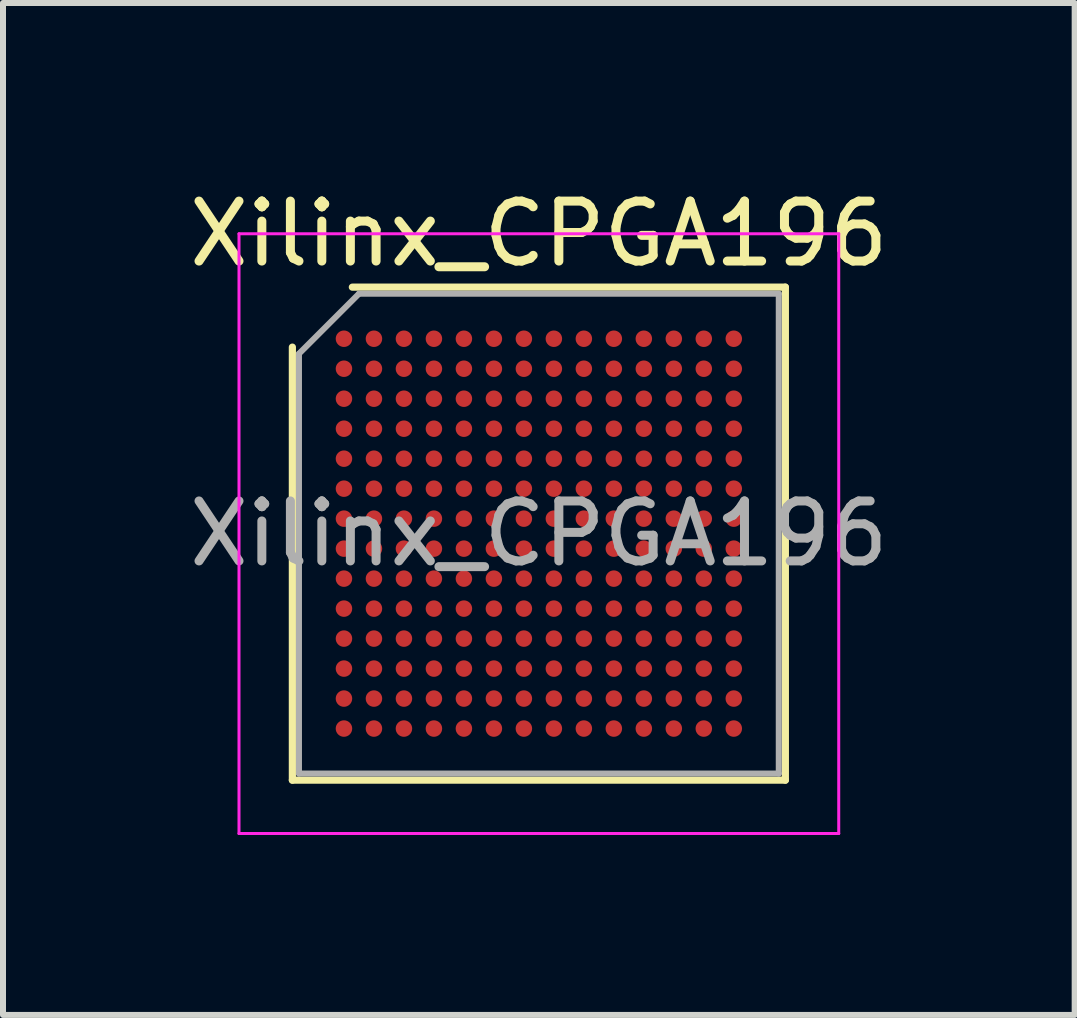
<source format=kicad_pcb>
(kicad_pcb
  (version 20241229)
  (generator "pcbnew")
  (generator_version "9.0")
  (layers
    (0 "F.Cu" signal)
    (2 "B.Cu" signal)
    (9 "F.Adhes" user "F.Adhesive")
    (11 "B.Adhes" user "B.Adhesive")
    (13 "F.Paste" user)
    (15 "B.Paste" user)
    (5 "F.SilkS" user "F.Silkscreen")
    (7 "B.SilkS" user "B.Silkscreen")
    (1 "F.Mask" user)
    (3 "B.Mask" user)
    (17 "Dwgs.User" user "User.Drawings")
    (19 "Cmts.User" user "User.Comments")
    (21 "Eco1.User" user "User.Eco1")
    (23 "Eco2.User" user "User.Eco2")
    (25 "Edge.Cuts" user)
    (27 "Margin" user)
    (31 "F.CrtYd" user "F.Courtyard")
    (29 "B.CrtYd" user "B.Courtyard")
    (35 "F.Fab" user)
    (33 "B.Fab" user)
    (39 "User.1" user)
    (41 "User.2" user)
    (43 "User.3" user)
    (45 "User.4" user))
  (footprint "Xilinx_CPGA196"
    (layer "F.Cu")
    (at 5.935 5.848)
    (property "Reference" "Xilinx_CPGA196" (at 0 -5 0) (layer "F.SilkS") (effects (font (size 1 1) (thickness 0.15))))
    (attr smd)
    (fp_line (start -4.11 4.11) (end -4.11 -3.11) (stroke (width 0.12) (type solid)) (layer "F.SilkS"))
    (fp_line (start -3.11 -4.11) (end 4.11 -4.11) (stroke (width 0.12) (type solid)) (layer "F.SilkS"))
    (fp_line (start 4.11 -4.11) (end 4.11 4.11) (stroke (width 0.12) (type solid)) (layer "F.SilkS"))
    (fp_line (start 4.11 4.11) (end -4.11 4.11) (stroke (width 0.12) (type solid)) (layer "F.SilkS"))
    (fp_line (start -5 -5) (end -5 5) (stroke (width 0.05) (type solid)) (layer "F.CrtYd"))
    (fp_line (start -5 5) (end 5 5) (stroke (width 0.05) (type solid)) (layer "F.CrtYd"))
    (fp_line (start 5 -5) (end -5 -5) (stroke (width 0.05) (type solid)) (layer "F.CrtYd"))
    (fp_line (start 5 5) (end 5 -5) (stroke (width 0.05) (type solid)) (layer "F.CrtYd"))
    (fp_line (start -4 -3) (end -3 -4) (stroke (width 0.1) (type solid)) (layer "F.Fab"))
    (fp_line (start -4 4) (end -4 -3) (stroke (width 0.1) (type solid)) (layer "F.Fab"))
    (fp_line (start -3 -4) (end 4 -4) (stroke (width 0.1) (type solid)) (layer "F.Fab"))
    (fp_line (start 4 -4) (end 4 4) (stroke (width 0.1) (type solid)) (layer "F.Fab"))
    (fp_line (start 4 4) (end -4 4) (stroke (width 0.1) (type solid)) (layer "F.Fab"))
    (fp_text user "${REFERENCE}" (at 0 0 0) (layer "F.Fab") (effects (font (size 1 1) (thickness 0.15))))
    (pad "A1" smd circle (at -3.25 -3.25) (size 0.275 0.275) (layers "F.Cu" "F.Mask" "F.Paste"))
    (pad "A2" smd circle (at -2.75 -3.25) (size 0.275 0.275) (layers "F.Cu" "F.Mask" "F.Paste"))
    (pad "A3" smd circle (at -2.25 -3.25) (size 0.275 0.275) (layers "F.Cu" "F.Mask" "F.Paste"))
    (pad "A4" smd circle (at -1.75 -3.25) (size 0.275 0.275) (layers "F.Cu" "F.Mask" "F.Paste"))
    (pad "A5" smd circle (at -1.25 -3.25) (size 0.275 0.275) (layers "F.Cu" "F.Mask" "F.Paste"))
    (pad "A6" smd circle (at -0.75 -3.25) (size 0.275 0.275) (layers "F.Cu" "F.Mask" "F.Paste"))
    (pad "A7" smd circle (at -0.25 -3.25) (size 0.275 0.275) (layers "F.Cu" "F.Mask" "F.Paste"))
    (pad "A8" smd circle (at 0.25 -3.25) (size 0.275 0.275) (layers "F.Cu" "F.Mask" "F.Paste"))
    (pad "A9" smd circle (at 0.75 -3.25) (size 0.275 0.275) (layers "F.Cu" "F.Mask" "F.Paste"))
    (pad "A10" smd circle (at 1.25 -3.25) (size 0.275 0.275) (layers "F.Cu" "F.Mask" "F.Paste"))
    (pad "A11" smd circle (at 1.75 -3.25) (size 0.275 0.275) (layers "F.Cu" "F.Mask" "F.Paste"))
    (pad "A12" smd circle (at 2.25 -3.25) (size 0.275 0.275) (layers "F.Cu" "F.Mask" "F.Paste"))
    (pad "A13" smd circle (at 2.75 -3.25) (size 0.275 0.275) (layers "F.Cu" "F.Mask" "F.Paste"))
    (pad "A14" smd circle (at 3.25 -3.25) (size 0.275 0.275) (layers "F.Cu" "F.Mask" "F.Paste"))
    (pad "B1" smd circle (at -3.25 -2.75) (size 0.275 0.275) (layers "F.Cu" "F.Mask" "F.Paste"))
    (pad "B2" smd circle (at -2.75 -2.75) (size 0.275 0.275) (layers "F.Cu" "F.Mask" "F.Paste"))
    (pad "B3" smd circle (at -2.25 -2.75) (size 0.275 0.275) (layers "F.Cu" "F.Mask" "F.Paste"))
    (pad "B4" smd circle (at -1.75 -2.75) (size 0.275 0.275) (layers "F.Cu" "F.Mask" "F.Paste"))
    (pad "B5" smd circle (at -1.25 -2.75) (size 0.275 0.275) (layers "F.Cu" "F.Mask" "F.Paste"))
    (pad "B6" smd circle (at -0.75 -2.75) (size 0.275 0.275) (layers "F.Cu" "F.Mask" "F.Paste"))
    (pad "B7" smd circle (at -0.25 -2.75) (size 0.275 0.275) (layers "F.Cu" "F.Mask" "F.Paste"))
    (pad "B8" smd circle (at 0.25 -2.75) (size 0.275 0.275) (layers "F.Cu" "F.Mask" "F.Paste"))
    (pad "B9" smd circle (at 0.75 -2.75) (size 0.275 0.275) (layers "F.Cu" "F.Mask" "F.Paste"))
    (pad "B10" smd circle (at 1.25 -2.75) (size 0.275 0.275) (layers "F.Cu" "F.Mask" "F.Paste"))
    (pad "B11" smd circle (at 1.75 -2.75) (size 0.275 0.275) (layers "F.Cu" "F.Mask" "F.Paste"))
    (pad "B12" smd circle (at 2.25 -2.75) (size 0.275 0.275) (layers "F.Cu" "F.Mask" "F.Paste"))
    (pad "B13" smd circle (at 2.75 -2.75) (size 0.275 0.275) (layers "F.Cu" "F.Mask" "F.Paste"))
    (pad "B14" smd circle (at 3.25 -2.75) (size 0.275 0.275) (layers "F.Cu" "F.Mask" "F.Paste"))
    (pad "C1" smd circle (at -3.25 -2.25) (size 0.275 0.275) (layers "F.Cu" "F.Mask" "F.Paste"))
    (pad "C2" smd circle (at -2.75 -2.25) (size 0.275 0.275) (layers "F.Cu" "F.Mask" "F.Paste"))
    (pad "C3" smd circle (at -2.25 -2.25) (size 0.275 0.275) (layers "F.Cu" "F.Mask" "F.Paste"))
    (pad "C4" smd circle (at -1.75 -2.25) (size 0.275 0.275) (layers "F.Cu" "F.Mask" "F.Paste"))
    (pad "C5" smd circle (at -1.25 -2.25) (size 0.275 0.275) (layers "F.Cu" "F.Mask" "F.Paste"))
    (pad "C6" smd circle (at -0.75 -2.25) (size 0.275 0.275) (layers "F.Cu" "F.Mask" "F.Paste"))
    (pad "C7" smd circle (at -0.25 -2.25) (size 0.275 0.275) (layers "F.Cu" "F.Mask" "F.Paste"))
    (pad "C8" smd circle (at 0.25 -2.25) (size 0.275 0.275) (layers "F.Cu" "F.Mask" "F.Paste"))
    (pad "C9" smd circle (at 0.75 -2.25) (size 0.275 0.275) (layers "F.Cu" "F.Mask" "F.Paste"))
    (pad "C10" smd circle (at 1.25 -2.25) (size 0.275 0.275) (layers "F.Cu" "F.Mask" "F.Paste"))
    (pad "C11" smd circle (at 1.75 -2.25) (size 0.275 0.275) (layers "F.Cu" "F.Mask" "F.Paste"))
    (pad "C12" smd circle (at 2.25 -2.25) (size 0.275 0.275) (layers "F.Cu" "F.Mask" "F.Paste"))
    (pad "C13" smd circle (at 2.75 -2.25) (size 0.275 0.275) (layers "F.Cu" "F.Mask" "F.Paste"))
    (pad "C14" smd circle (at 3.25 -2.25) (size 0.275 0.275) (layers "F.Cu" "F.Mask" "F.Paste"))
    (pad "D1" smd circle (at -3.25 -1.75) (size 0.275 0.275) (layers "F.Cu" "F.Mask" "F.Paste"))
    (pad "D2" smd circle (at -2.75 -1.75) (size 0.275 0.275) (layers "F.Cu" "F.Mask" "F.Paste"))
    (pad "D3" smd circle (at -2.25 -1.75) (size 0.275 0.275) (layers "F.Cu" "F.Mask" "F.Paste"))
    (pad "D4" smd circle (at -1.75 -1.75) (size 0.275 0.275) (layers "F.Cu" "F.Mask" "F.Paste"))
    (pad "D5" smd circle (at -1.25 -1.75) (size 0.275 0.275) (layers "F.Cu" "F.Mask" "F.Paste"))
    (pad "D6" smd circle (at -0.75 -1.75) (size 0.275 0.275) (layers "F.Cu" "F.Mask" "F.Paste"))
    (pad "D7" smd circle (at -0.25 -1.75) (size 0.275 0.275) (layers "F.Cu" "F.Mask" "F.Paste"))
    (pad "D8" smd circle (at 0.25 -1.75) (size 0.275 0.275) (layers "F.Cu" "F.Mask" "F.Paste"))
    (pad "D9" smd circle (at 0.75 -1.75) (size 0.275 0.275) (layers "F.Cu" "F.Mask" "F.Paste"))
    (pad "D10" smd circle (at 1.25 -1.75) (size 0.275 0.275) (layers "F.Cu" "F.Mask" "F.Paste"))
    (pad "D11" smd circle (at 1.75 -1.75) (size 0.275 0.275) (layers "F.Cu" "F.Mask" "F.Paste"))
    (pad "D12" smd circle (at 2.25 -1.75) (size 0.275 0.275) (layers "F.Cu" "F.Mask" "F.Paste"))
    (pad "D13" smd circle (at 2.75 -1.75) (size 0.275 0.275) (layers "F.Cu" "F.Mask" "F.Paste"))
    (pad "D14" smd circle (at 3.25 -1.75) (size 0.275 0.275) (layers "F.Cu" "F.Mask" "F.Paste"))
    (pad "E1" smd circle (at -3.25 -1.25) (size 0.275 0.275) (layers "F.Cu" "F.Mask" "F.Paste"))
    (pad "E2" smd circle (at -2.75 -1.25) (size 0.275 0.275) (layers "F.Cu" "F.Mask" "F.Paste"))
    (pad "E3" smd circle (at -2.25 -1.25) (size 0.275 0.275) (layers "F.Cu" "F.Mask" "F.Paste"))
    (pad "E4" smd circle (at -1.75 -1.25) (size 0.275 0.275) (layers "F.Cu" "F.Mask" "F.Paste"))
    (pad "E5" smd circle (at -1.25 -1.25) (size 0.275 0.275) (layers "F.Cu" "F.Mask" "F.Paste"))
    (pad "E6" smd circle (at -0.75 -1.25) (size 0.275 0.275) (layers "F.Cu" "F.Mask" "F.Paste"))
    (pad "E7" smd circle (at -0.25 -1.25) (size 0.275 0.275) (layers "F.Cu" "F.Mask" "F.Paste"))
    (pad "E8" smd circle (at 0.25 -1.25) (size 0.275 0.275) (layers "F.Cu" "F.Mask" "F.Paste"))
    (pad "E9" smd circle (at 0.75 -1.25) (size 0.275 0.275) (layers "F.Cu" "F.Mask" "F.Paste"))
    (pad "E10" smd circle (at 1.25 -1.25) (size 0.275 0.275) (layers "F.Cu" "F.Mask" "F.Paste"))
    (pad "E11" smd circle (at 1.75 -1.25) (size 0.275 0.275) (layers "F.Cu" "F.Mask" "F.Paste"))
    (pad "E12" smd circle (at 2.25 -1.25) (size 0.275 0.275) (layers "F.Cu" "F.Mask" "F.Paste"))
    (pad "E13" smd circle (at 2.75 -1.25) (size 0.275 0.275) (layers "F.Cu" "F.Mask" "F.Paste"))
    (pad "E14" smd circle (at 3.25 -1.25) (size 0.275 0.275) (layers "F.Cu" "F.Mask" "F.Paste"))
    (pad "F1" smd circle (at -3.25 -0.75) (size 0.275 0.275) (layers "F.Cu" "F.Mask" "F.Paste"))
    (pad "F2" smd circle (at -2.75 -0.75) (size 0.275 0.275) (layers "F.Cu" "F.Mask" "F.Paste"))
    (pad "F3" smd circle (at -2.25 -0.75) (size 0.275 0.275) (layers "F.Cu" "F.Mask" "F.Paste"))
    (pad "F4" smd circle (at -1.75 -0.75) (size 0.275 0.275) (layers "F.Cu" "F.Mask" "F.Paste"))
    (pad "F5" smd circle (at -1.25 -0.75) (size 0.275 0.275) (layers "F.Cu" "F.Mask" "F.Paste"))
    (pad "F6" smd circle (at -0.75 -0.75) (size 0.275 0.275) (layers "F.Cu" "F.Mask" "F.Paste"))
    (pad "F7" smd circle (at -0.25 -0.75) (size 0.275 0.275) (layers "F.Cu" "F.Mask" "F.Paste"))
    (pad "F8" smd circle (at 0.25 -0.75) (size 0.275 0.275) (layers "F.Cu" "F.Mask" "F.Paste"))
    (pad "F9" smd circle (at 0.75 -0.75) (size 0.275 0.275) (layers "F.Cu" "F.Mask" "F.Paste"))
    (pad "F10" smd circle (at 1.25 -0.75) (size 0.275 0.275) (layers "F.Cu" "F.Mask" "F.Paste"))
    (pad "F11" smd circle (at 1.75 -0.75) (size 0.275 0.275) (layers "F.Cu" "F.Mask" "F.Paste"))
    (pad "F12" smd circle (at 2.25 -0.75) (size 0.275 0.275) (layers "F.Cu" "F.Mask" "F.Paste"))
    (pad "F13" smd circle (at 2.75 -0.75) (size 0.275 0.275) (layers "F.Cu" "F.Mask" "F.Paste"))
    (pad "F14" smd circle (at 3.25 -0.75) (size 0.275 0.275) (layers "F.Cu" "F.Mask" "F.Paste"))
    (pad "G1" smd circle (at -3.25 -0.25) (size 0.275 0.275) (layers "F.Cu" "F.Mask" "F.Paste"))
    (pad "G2" smd circle (at -2.75 -0.25) (size 0.275 0.275) (layers "F.Cu" "F.Mask" "F.Paste"))
    (pad "G3" smd circle (at -2.25 -0.25) (size 0.275 0.275) (layers "F.Cu" "F.Mask" "F.Paste"))
    (pad "G4" smd circle (at -1.75 -0.25) (size 0.275 0.275) (layers "F.Cu" "F.Mask" "F.Paste"))
    (pad "G5" smd circle (at -1.25 -0.25) (size 0.275 0.275) (layers "F.Cu" "F.Mask" "F.Paste"))
    (pad "G6" smd circle (at -0.75 -0.25) (size 0.275 0.275) (layers "F.Cu" "F.Mask" "F.Paste"))
    (pad "G7" smd circle (at -0.25 -0.25) (size 0.275 0.275) (layers "F.Cu" "F.Mask" "F.Paste"))
    (pad "G8" smd circle (at 0.25 -0.25) (size 0.275 0.275) (layers "F.Cu" "F.Mask" "F.Paste"))
    (pad "G9" smd circle (at 0.75 -0.25) (size 0.275 0.275) (layers "F.Cu" "F.Mask" "F.Paste"))
    (pad "G10" smd circle (at 1.25 -0.25) (size 0.275 0.275) (layers "F.Cu" "F.Mask" "F.Paste"))
    (pad "G11" smd circle (at 1.75 -0.25) (size 0.275 0.275) (layers "F.Cu" "F.Mask" "F.Paste"))
    (pad "G12" smd circle (at 2.25 -0.25) (size 0.275 0.275) (layers "F.Cu" "F.Mask" "F.Paste"))
    (pad "G13" smd circle (at 2.75 -0.25) (size 0.275 0.275) (layers "F.Cu" "F.Mask" "F.Paste"))
    (pad "G14" smd circle (at 3.25 -0.25) (size 0.275 0.275) (layers "F.Cu" "F.Mask" "F.Paste"))
    (pad "H1" smd circle (at -3.25 0.25) (size 0.275 0.275) (layers "F.Cu" "F.Mask" "F.Paste"))
    (pad "H2" smd circle (at -2.75 0.25) (size 0.275 0.275) (layers "F.Cu" "F.Mask" "F.Paste"))
    (pad "H3" smd circle (at -2.25 0.25) (size 0.275 0.275) (layers "F.Cu" "F.Mask" "F.Paste"))
    (pad "H4" smd circle (at -1.75 0.25) (size 0.275 0.275) (layers "F.Cu" "F.Mask" "F.Paste"))
    (pad "H5" smd circle (at -1.25 0.25) (size 0.275 0.275) (layers "F.Cu" "F.Mask" "F.Paste"))
    (pad "H6" smd circle (at -0.75 0.25) (size 0.275 0.275) (layers "F.Cu" "F.Mask" "F.Paste"))
    (pad "H7" smd circle (at -0.25 0.25) (size 0.275 0.275) (layers "F.Cu" "F.Mask" "F.Paste"))
    (pad "H8" smd circle (at 0.25 0.25) (size 0.275 0.275) (layers "F.Cu" "F.Mask" "F.Paste"))
    (pad "H9" smd circle (at 0.75 0.25) (size 0.275 0.275) (layers "F.Cu" "F.Mask" "F.Paste"))
    (pad "H10" smd circle (at 1.25 0.25) (size 0.275 0.275) (layers "F.Cu" "F.Mask" "F.Paste"))
    (pad "H11" smd circle (at 1.75 0.25) (size 0.275 0.275) (layers "F.Cu" "F.Mask" "F.Paste"))
    (pad "H12" smd circle (at 2.25 0.25) (size 0.275 0.275) (layers "F.Cu" "F.Mask" "F.Paste"))
    (pad "H13" smd circle (at 2.75 0.25) (size 0.275 0.275) (layers "F.Cu" "F.Mask" "F.Paste"))
    (pad "H14" smd circle (at 3.25 0.25) (size 0.275 0.275) (layers "F.Cu" "F.Mask" "F.Paste"))
    (pad "J1" smd circle (at -3.25 0.75) (size 0.275 0.275) (layers "F.Cu" "F.Mask" "F.Paste"))
    (pad "J2" smd circle (at -2.75 0.75) (size 0.275 0.275) (layers "F.Cu" "F.Mask" "F.Paste"))
    (pad "J3" smd circle (at -2.25 0.75) (size 0.275 0.275) (layers "F.Cu" "F.Mask" "F.Paste"))
    (pad "J4" smd circle (at -1.75 0.75) (size 0.275 0.275) (layers "F.Cu" "F.Mask" "F.Paste"))
    (pad "J5" smd circle (at -1.25 0.75) (size 0.275 0.275) (layers "F.Cu" "F.Mask" "F.Paste"))
    (pad "J6" smd circle (at -0.75 0.75) (size 0.275 0.275) (layers "F.Cu" "F.Mask" "F.Paste"))
    (pad "J7" smd circle (at -0.25 0.75) (size 0.275 0.275) (layers "F.Cu" "F.Mask" "F.Paste"))
    (pad "J8" smd circle (at 0.25 0.75) (size 0.275 0.275) (layers "F.Cu" "F.Mask" "F.Paste"))
    (pad "J9" smd circle (at 0.75 0.75) (size 0.275 0.275) (layers "F.Cu" "F.Mask" "F.Paste"))
    (pad "J10" smd circle (at 1.25 0.75) (size 0.275 0.275) (layers "F.Cu" "F.Mask" "F.Paste"))
    (pad "J11" smd circle (at 1.75 0.75) (size 0.275 0.275) (layers "F.Cu" "F.Mask" "F.Paste"))
    (pad "J12" smd circle (at 2.25 0.75) (size 0.275 0.275) (layers "F.Cu" "F.Mask" "F.Paste"))
    (pad "J13" smd circle (at 2.75 0.75) (size 0.275 0.275) (layers "F.Cu" "F.Mask" "F.Paste"))
    (pad "J14" smd circle (at 3.25 0.75) (size 0.275 0.275) (layers "F.Cu" "F.Mask" "F.Paste"))
    (pad "K1" smd circle (at -3.25 1.25) (size 0.275 0.275) (layers "F.Cu" "F.Mask" "F.Paste"))
    (pad "K2" smd circle (at -2.75 1.25) (size 0.275 0.275) (layers "F.Cu" "F.Mask" "F.Paste"))
    (pad "K3" smd circle (at -2.25 1.25) (size 0.275 0.275) (layers "F.Cu" "F.Mask" "F.Paste"))
    (pad "K4" smd circle (at -1.75 1.25) (size 0.275 0.275) (layers "F.Cu" "F.Mask" "F.Paste"))
    (pad "K5" smd circle (at -1.25 1.25) (size 0.275 0.275) (layers "F.Cu" "F.Mask" "F.Paste"))
    (pad "K6" smd circle (at -0.75 1.25) (size 0.275 0.275) (layers "F.Cu" "F.Mask" "F.Paste"))
    (pad "K7" smd circle (at -0.25 1.25) (size 0.275 0.275) (layers "F.Cu" "F.Mask" "F.Paste"))
    (pad "K8" smd circle (at 0.25 1.25) (size 0.275 0.275) (layers "F.Cu" "F.Mask" "F.Paste"))
    (pad "K9" smd circle (at 0.75 1.25) (size 0.275 0.275) (layers "F.Cu" "F.Mask" "F.Paste"))
    (pad "K10" smd circle (at 1.25 1.25) (size 0.275 0.275) (layers "F.Cu" "F.Mask" "F.Paste"))
    (pad "K11" smd circle (at 1.75 1.25) (size 0.275 0.275) (layers "F.Cu" "F.Mask" "F.Paste"))
    (pad "K12" smd circle (at 2.25 1.25) (size 0.275 0.275) (layers "F.Cu" "F.Mask" "F.Paste"))
    (pad "K13" smd circle (at 2.75 1.25) (size 0.275 0.275) (layers "F.Cu" "F.Mask" "F.Paste"))
    (pad "K14" smd circle (at 3.25 1.25) (size 0.275 0.275) (layers "F.Cu" "F.Mask" "F.Paste"))
    (pad "L1" smd circle (at -3.25 1.75) (size 0.275 0.275) (layers "F.Cu" "F.Mask" "F.Paste"))
    (pad "L2" smd circle (at -2.75 1.75) (size 0.275 0.275) (layers "F.Cu" "F.Mask" "F.Paste"))
    (pad "L3" smd circle (at -2.25 1.75) (size 0.275 0.275) (layers "F.Cu" "F.Mask" "F.Paste"))
    (pad "L4" smd circle (at -1.75 1.75) (size 0.275 0.275) (layers "F.Cu" "F.Mask" "F.Paste"))
    (pad "L5" smd circle (at -1.25 1.75) (size 0.275 0.275) (layers "F.Cu" "F.Mask" "F.Paste"))
    (pad "L6" smd circle (at -0.75 1.75) (size 0.275 0.275) (layers "F.Cu" "F.Mask" "F.Paste"))
    (pad "L7" smd circle (at -0.25 1.75) (size 0.275 0.275) (layers "F.Cu" "F.Mask" "F.Paste"))
    (pad "L8" smd circle (at 0.25 1.75) (size 0.275 0.275) (layers "F.Cu" "F.Mask" "F.Paste"))
    (pad "L9" smd circle (at 0.75 1.75) (size 0.275 0.275) (layers "F.Cu" "F.Mask" "F.Paste"))
    (pad "L10" smd circle (at 1.25 1.75) (size 0.275 0.275) (layers "F.Cu" "F.Mask" "F.Paste"))
    (pad "L11" smd circle (at 1.75 1.75) (size 0.275 0.275) (layers "F.Cu" "F.Mask" "F.Paste"))
    (pad "L12" smd circle (at 2.25 1.75) (size 0.275 0.275) (layers "F.Cu" "F.Mask" "F.Paste"))
    (pad "L13" smd circle (at 2.75 1.75) (size 0.275 0.275) (layers "F.Cu" "F.Mask" "F.Paste"))
    (pad "L14" smd circle (at 3.25 1.75) (size 0.275 0.275) (layers "F.Cu" "F.Mask" "F.Paste"))
    (pad "M1" smd circle (at -3.25 2.25) (size 0.275 0.275) (layers "F.Cu" "F.Mask" "F.Paste"))
    (pad "M2" smd circle (at -2.75 2.25) (size 0.275 0.275) (layers "F.Cu" "F.Mask" "F.Paste"))
    (pad "M3" smd circle (at -2.25 2.25) (size 0.275 0.275) (layers "F.Cu" "F.Mask" "F.Paste"))
    (pad "M4" smd circle (at -1.75 2.25) (size 0.275 0.275) (layers "F.Cu" "F.Mask" "F.Paste"))
    (pad "M5" smd circle (at -1.25 2.25) (size 0.275 0.275) (layers "F.Cu" "F.Mask" "F.Paste"))
    (pad "M6" smd circle (at -0.75 2.25) (size 0.275 0.275) (layers "F.Cu" "F.Mask" "F.Paste"))
    (pad "M7" smd circle (at -0.25 2.25) (size 0.275 0.275) (layers "F.Cu" "F.Mask" "F.Paste"))
    (pad "M8" smd circle (at 0.25 2.25) (size 0.275 0.275) (layers "F.Cu" "F.Mask" "F.Paste"))
    (pad "M9" smd circle (at 0.75 2.25) (size 0.275 0.275) (layers "F.Cu" "F.Mask" "F.Paste"))
    (pad "M10" smd circle (at 1.25 2.25) (size 0.275 0.275) (layers "F.Cu" "F.Mask" "F.Paste"))
    (pad "M11" smd circle (at 1.75 2.25) (size 0.275 0.275) (layers "F.Cu" "F.Mask" "F.Paste"))
    (pad "M12" smd circle (at 2.25 2.25) (size 0.275 0.275) (layers "F.Cu" "F.Mask" "F.Paste"))
    (pad "M13" smd circle (at 2.75 2.25) (size 0.275 0.275) (layers "F.Cu" "F.Mask" "F.Paste"))
    (pad "M14" smd circle (at 3.25 2.25) (size 0.275 0.275) (layers "F.Cu" "F.Mask" "F.Paste"))
    (pad "N1" smd circle (at -3.25 2.75) (size 0.275 0.275) (layers "F.Cu" "F.Mask" "F.Paste"))
    (pad "N2" smd circle (at -2.75 2.75) (size 0.275 0.275) (layers "F.Cu" "F.Mask" "F.Paste"))
    (pad "N3" smd circle (at -2.25 2.75) (size 0.275 0.275) (layers "F.Cu" "F.Mask" "F.Paste"))
    (pad "N4" smd circle (at -1.75 2.75) (size 0.275 0.275) (layers "F.Cu" "F.Mask" "F.Paste"))
    (pad "N5" smd circle (at -1.25 2.75) (size 0.275 0.275) (layers "F.Cu" "F.Mask" "F.Paste"))
    (pad "N6" smd circle (at -0.75 2.75) (size 0.275 0.275) (layers "F.Cu" "F.Mask" "F.Paste"))
    (pad "N7" smd circle (at -0.25 2.75) (size 0.275 0.275) (layers "F.Cu" "F.Mask" "F.Paste"))
    (pad "N8" smd circle (at 0.25 2.75) (size 0.275 0.275) (layers "F.Cu" "F.Mask" "F.Paste"))
    (pad "N9" smd circle (at 0.75 2.75) (size 0.275 0.275) (layers "F.Cu" "F.Mask" "F.Paste"))
    (pad "N10" smd circle (at 1.25 2.75) (size 0.275 0.275) (layers "F.Cu" "F.Mask" "F.Paste"))
    (pad "N11" smd circle (at 1.75 2.75) (size 0.275 0.275) (layers "F.Cu" "F.Mask" "F.Paste"))
    (pad "N12" smd circle (at 2.25 2.75) (size 0.275 0.275) (layers "F.Cu" "F.Mask" "F.Paste"))
    (pad "N13" smd circle (at 2.75 2.75) (size 0.275 0.275) (layers "F.Cu" "F.Mask" "F.Paste"))
    (pad "N14" smd circle (at 3.25 2.75) (size 0.275 0.275) (layers "F.Cu" "F.Mask" "F.Paste"))
    (pad "P1" smd circle (at -3.25 3.25) (size 0.275 0.275) (layers "F.Cu" "F.Mask" "F.Paste"))
    (pad "P2" smd circle (at -2.75 3.25) (size 0.275 0.275) (layers "F.Cu" "F.Mask" "F.Paste"))
    (pad "P3" smd circle (at -2.25 3.25) (size 0.275 0.275) (layers "F.Cu" "F.Mask" "F.Paste"))
    (pad "P4" smd circle (at -1.75 3.25) (size 0.275 0.275) (layers "F.Cu" "F.Mask" "F.Paste"))
    (pad "P5" smd circle (at -1.25 3.25) (size 0.275 0.275) (layers "F.Cu" "F.Mask" "F.Paste"))
    (pad "P6" smd circle (at -0.75 3.25) (size 0.275 0.275) (layers "F.Cu" "F.Mask" "F.Paste"))
    (pad "P7" smd circle (at -0.25 3.25) (size 0.275 0.275) (layers "F.Cu" "F.Mask" "F.Paste"))
    (pad "P8" smd circle (at 0.25 3.25) (size 0.275 0.275) (layers "F.Cu" "F.Mask" "F.Paste"))
    (pad "P9" smd circle (at 0.75 3.25) (size 0.275 0.275) (layers "F.Cu" "F.Mask" "F.Paste"))
    (pad "P10" smd circle (at 1.25 3.25) (size 0.275 0.275) (layers "F.Cu" "F.Mask" "F.Paste"))
    (pad "P11" smd circle (at 1.75 3.25) (size 0.275 0.275) (layers "F.Cu" "F.Mask" "F.Paste"))
    (pad "P12" smd circle (at 2.25 3.25) (size 0.275 0.275) (layers "F.Cu" "F.Mask" "F.Paste"))
    (pad "P13" smd circle (at 2.75 3.25) (size 0.275 0.275) (layers "F.Cu" "F.Mask" "F.Paste"))
    (pad "P14" smd circle (at 3.25 3.25) (size 0.275 0.275) (layers "F.Cu" "F.Mask" "F.Paste")))
  (gr_rect
    (start -3 -3)
    (end 14.869 13.873)
    (stroke (width 0.1) (type default))
    (fill no)
    (layer "Edge.Cuts")))
</source>
